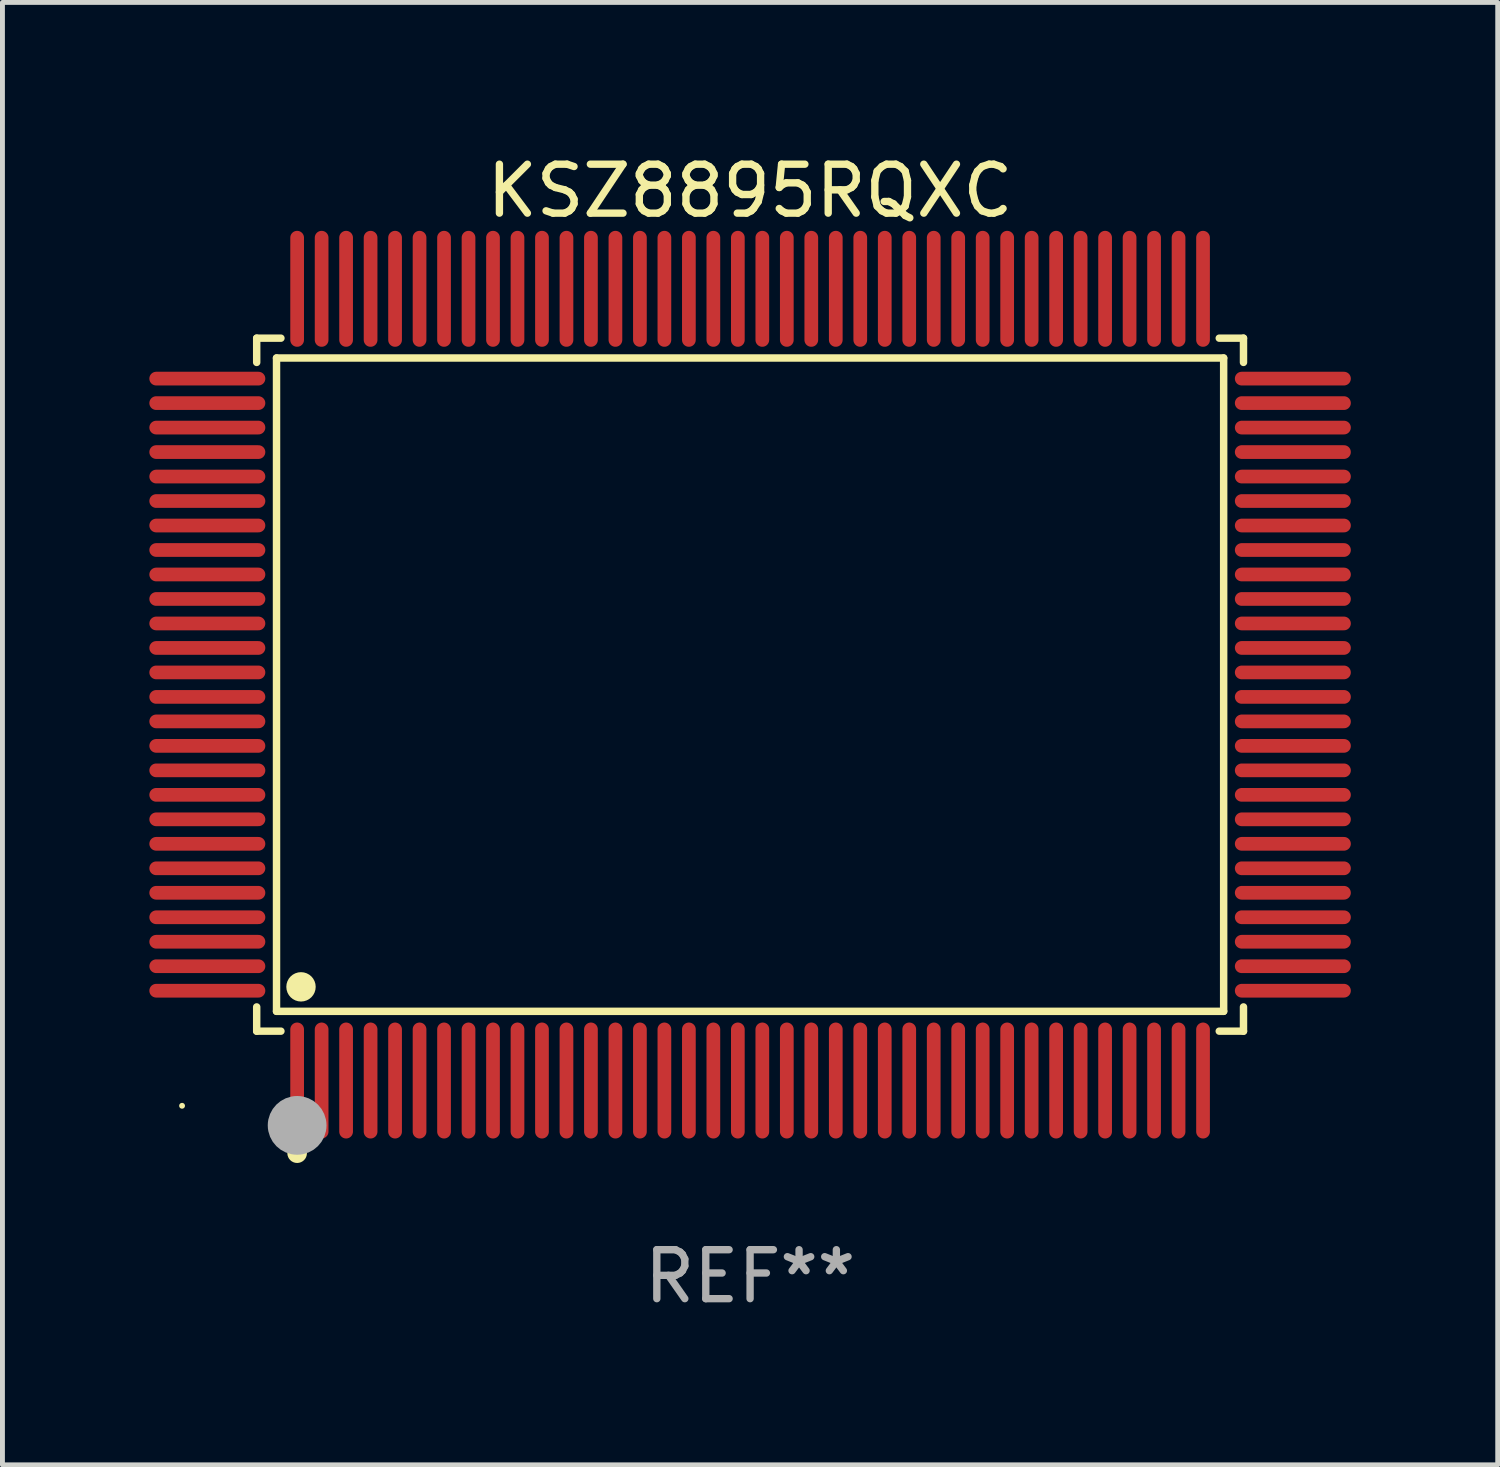
<source format=kicad_pcb>
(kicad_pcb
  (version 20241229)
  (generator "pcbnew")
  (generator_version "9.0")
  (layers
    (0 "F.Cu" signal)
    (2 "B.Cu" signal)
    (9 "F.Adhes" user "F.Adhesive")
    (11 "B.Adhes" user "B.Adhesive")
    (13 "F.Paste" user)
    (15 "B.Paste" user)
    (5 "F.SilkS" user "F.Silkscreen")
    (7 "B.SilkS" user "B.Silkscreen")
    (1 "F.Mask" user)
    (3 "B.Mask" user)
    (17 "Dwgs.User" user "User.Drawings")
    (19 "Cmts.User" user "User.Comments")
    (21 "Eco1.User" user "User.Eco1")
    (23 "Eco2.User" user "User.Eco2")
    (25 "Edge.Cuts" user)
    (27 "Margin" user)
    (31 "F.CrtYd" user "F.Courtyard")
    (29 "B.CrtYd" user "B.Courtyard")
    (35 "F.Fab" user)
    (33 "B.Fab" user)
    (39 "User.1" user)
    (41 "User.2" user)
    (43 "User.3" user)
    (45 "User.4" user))
  (footprint "KSZ8895RQXC"
    (layer "F.Cu")
    (at 12.268 10.932)
    (property "Reference" "KSZ8895RQXC" (at 0 -10.084 0) (layer "F.SilkS") (effects (font (size 1 1) (thickness 0.15))))
    (attr through_hole)
    (fp_line (start -10.076 -7.076) (end -9.581 -7.076) (stroke (width 0.152) (type solid)) (layer "F.SilkS"))
    (fp_line (start -10.076 -6.581) (end -10.076 -7.076) (stroke (width 0.152) (type solid)) (layer "F.SilkS"))
    (fp_line (start -10.076 6.581) (end -10.076 7.076) (stroke (width 0.152) (type solid)) (layer "F.SilkS"))
    (fp_line (start -10.076 7.076) (end -9.581 7.076) (stroke (width 0.152) (type solid)) (layer "F.SilkS"))
    (fp_line (start -9.671 -6.671) (end 9.671 -6.671) (stroke (width 0.152) (type solid)) (layer "F.SilkS"))
    (fp_line (start -9.671 6.671) (end -9.671 -6.671) (stroke (width 0.152) (type solid)) (layer "F.SilkS"))
    (fp_line (start 9.671 -6.671) (end 9.671 6.671) (stroke (width 0.152) (type solid)) (layer "F.SilkS"))
    (fp_line (start 9.671 6.671) (end -9.671 6.671) (stroke (width 0.152) (type solid)) (layer "F.SilkS"))
    (fp_line (start 10.076 -7.076) (end 9.581 -7.076) (stroke (width 0.152) (type solid)) (layer "F.SilkS"))
    (fp_line (start 10.076 -6.581) (end 10.076 -7.076) (stroke (width 0.152) (type solid)) (layer "F.SilkS"))
    (fp_line (start 10.076 6.581) (end 10.076 7.076) (stroke (width 0.152) (type solid)) (layer "F.SilkS"))
    (fp_line (start 10.076 7.076) (end 9.581 7.076) (stroke (width 0.152) (type solid)) (layer "F.SilkS"))
    (fp_circle (center -11.6 8.6) (end -11.57 8.6) (stroke (width 0.06) (type solid)) (fill no) (layer "F.SilkS"))
    (fp_circle (center -9.25 9.568) (end -9.15 9.568) (stroke (width 0.2) (type solid)) (fill no) (layer "F.SilkS"))
    (fp_circle (center -9.171 6.171) (end -9.021 6.171) (stroke (width 0.3) (type solid)) (fill no) (layer "F.SilkS"))
    (fp_circle (center -9.25 9) (end -8.95 9) (stroke (width 0.6) (type solid)) (fill no) (layer "F.Fab"))
    (fp_text user "REF**" (at 0 12.084 0) (layer "F.Fab") (effects (font (size 1 1) (thickness 0.15))))
    (pad "1" smd oval (at -9.25 8.084) (size 0.28 2.368) (layers "F.Cu" "F.Mask" "F.Paste"))
    (pad "2" smd oval (at -8.75 8.084) (size 0.28 2.368) (layers "F.Cu" "F.Mask" "F.Paste"))
    (pad "3" smd oval (at -8.25 8.084) (size 0.28 2.368) (layers "F.Cu" "F.Mask" "F.Paste"))
    (pad "4" smd oval (at -7.75 8.084) (size 0.28 2.368) (layers "F.Cu" "F.Mask" "F.Paste"))
    (pad "5" smd oval (at -7.25 8.084) (size 0.28 2.368) (layers "F.Cu" "F.Mask" "F.Paste"))
    (pad "6" smd oval (at -6.75 8.084) (size 0.28 2.368) (layers "F.Cu" "F.Mask" "F.Paste"))
    (pad "7" smd oval (at -6.25 8.084) (size 0.28 2.368) (layers "F.Cu" "F.Mask" "F.Paste"))
    (pad "8" smd oval (at -5.75 8.084) (size 0.28 2.368) (layers "F.Cu" "F.Mask" "F.Paste"))
    (pad "9" smd oval (at -5.25 8.084) (size 0.28 2.368) (layers "F.Cu" "F.Mask" "F.Paste"))
    (pad "10" smd oval (at -4.75 8.084) (size 0.28 2.368) (layers "F.Cu" "F.Mask" "F.Paste"))
    (pad "11" smd oval (at -4.25 8.084) (size 0.28 2.368) (layers "F.Cu" "F.Mask" "F.Paste"))
    (pad "12" smd oval (at -3.75 8.084) (size 0.28 2.368) (layers "F.Cu" "F.Mask" "F.Paste"))
    (pad "13" smd oval (at -3.25 8.084) (size 0.28 2.368) (layers "F.Cu" "F.Mask" "F.Paste"))
    (pad "14" smd oval (at -2.75 8.084) (size 0.28 2.368) (layers "F.Cu" "F.Mask" "F.Paste"))
    (pad "15" smd oval (at -2.25 8.084) (size 0.28 2.368) (layers "F.Cu" "F.Mask" "F.Paste"))
    (pad "16" smd oval (at -1.75 8.084) (size 0.28 2.368) (layers "F.Cu" "F.Mask" "F.Paste"))
    (pad "17" smd oval (at -1.25 8.084) (size 0.28 2.368) (layers "F.Cu" "F.Mask" "F.Paste"))
    (pad "18" smd oval (at -0.75 8.084) (size 0.28 2.368) (layers "F.Cu" "F.Mask" "F.Paste"))
    (pad "19" smd oval (at -0.25 8.084) (size 0.28 2.368) (layers "F.Cu" "F.Mask" "F.Paste"))
    (pad "20" smd oval (at 0.25 8.084) (size 0.28 2.368) (layers "F.Cu" "F.Mask" "F.Paste"))
    (pad "21" smd oval (at 0.75 8.084) (size 0.28 2.368) (layers "F.Cu" "F.Mask" "F.Paste"))
    (pad "22" smd oval (at 1.25 8.084) (size 0.28 2.368) (layers "F.Cu" "F.Mask" "F.Paste"))
    (pad "23" smd oval (at 1.75 8.084) (size 0.28 2.368) (layers "F.Cu" "F.Mask" "F.Paste"))
    (pad "24" smd oval (at 2.25 8.084) (size 0.28 2.368) (layers "F.Cu" "F.Mask" "F.Paste"))
    (pad "25" smd oval (at 2.75 8.084) (size 0.28 2.368) (layers "F.Cu" "F.Mask" "F.Paste"))
    (pad "26" smd oval (at 3.25 8.084) (size 0.28 2.368) (layers "F.Cu" "F.Mask" "F.Paste"))
    (pad "27" smd oval (at 3.75 8.084) (size 0.28 2.368) (layers "F.Cu" "F.Mask" "F.Paste"))
    (pad "28" smd oval (at 4.25 8.084) (size 0.28 2.368) (layers "F.Cu" "F.Mask" "F.Paste"))
    (pad "29" smd oval (at 4.75 8.084) (size 0.28 2.368) (layers "F.Cu" "F.Mask" "F.Paste"))
    (pad "30" smd oval (at 5.25 8.084) (size 0.28 2.368) (layers "F.Cu" "F.Mask" "F.Paste"))
    (pad "31" smd oval (at 5.75 8.084) (size 0.28 2.368) (layers "F.Cu" "F.Mask" "F.Paste"))
    (pad "32" smd oval (at 6.25 8.084) (size 0.28 2.368) (layers "F.Cu" "F.Mask" "F.Paste"))
    (pad "33" smd oval (at 6.75 8.084) (size 0.28 2.368) (layers "F.Cu" "F.Mask" "F.Paste"))
    (pad "34" smd oval (at 7.25 8.084) (size 0.28 2.368) (layers "F.Cu" "F.Mask" "F.Paste"))
    (pad "35" smd oval (at 7.75 8.084) (size 0.28 2.368) (layers "F.Cu" "F.Mask" "F.Paste"))
    (pad "36" smd oval (at 8.25 8.084) (size 0.28 2.368) (layers "F.Cu" "F.Mask" "F.Paste"))
    (pad "37" smd oval (at 8.75 8.084) (size 0.28 2.368) (layers "F.Cu" "F.Mask" "F.Paste"))
    (pad "38" smd oval (at 9.25 8.084) (size 0.28 2.368) (layers "F.Cu" "F.Mask" "F.Paste"))
    (pad "39" smd oval (at 11.084 6.25) (size 2.368 0.28) (layers "F.Cu" "F.Mask" "F.Paste"))
    (pad "40" smd oval (at 11.084 5.75) (size 2.368 0.28) (layers "F.Cu" "F.Mask" "F.Paste"))
    (pad "41" smd oval (at 11.084 5.25) (size 2.368 0.28) (layers "F.Cu" "F.Mask" "F.Paste"))
    (pad "42" smd oval (at 11.084 4.75) (size 2.368 0.28) (layers "F.Cu" "F.Mask" "F.Paste"))
    (pad "43" smd oval (at 11.084 4.25) (size 2.368 0.28) (layers "F.Cu" "F.Mask" "F.Paste"))
    (pad "44" smd oval (at 11.084 3.75) (size 2.368 0.28) (layers "F.Cu" "F.Mask" "F.Paste"))
    (pad "45" smd oval (at 11.084 3.25) (size 2.368 0.28) (layers "F.Cu" "F.Mask" "F.Paste"))
    (pad "46" smd oval (at 11.084 2.75) (size 2.368 0.28) (layers "F.Cu" "F.Mask" "F.Paste"))
    (pad "47" smd oval (at 11.084 2.25) (size 2.368 0.28) (layers "F.Cu" "F.Mask" "F.Paste"))
    (pad "48" smd oval (at 11.084 1.75) (size 2.368 0.28) (layers "F.Cu" "F.Mask" "F.Paste"))
    (pad "49" smd oval (at 11.084 1.25) (size 2.368 0.28) (layers "F.Cu" "F.Mask" "F.Paste"))
    (pad "50" smd oval (at 11.084 0.75) (size 2.368 0.28) (layers "F.Cu" "F.Mask" "F.Paste"))
    (pad "51" smd oval (at 11.084 0.25) (size 2.368 0.28) (layers "F.Cu" "F.Mask" "F.Paste"))
    (pad "52" smd oval (at 11.084 -0.25) (size 2.368 0.28) (layers "F.Cu" "F.Mask" "F.Paste"))
    (pad "53" smd oval (at 11.084 -0.75) (size 2.368 0.28) (layers "F.Cu" "F.Mask" "F.Paste"))
    (pad "54" smd oval (at 11.084 -1.25) (size 2.368 0.28) (layers "F.Cu" "F.Mask" "F.Paste"))
    (pad "55" smd oval (at 11.084 -1.75) (size 2.368 0.28) (layers "F.Cu" "F.Mask" "F.Paste"))
    (pad "56" smd oval (at 11.084 -2.25) (size 2.368 0.28) (layers "F.Cu" "F.Mask" "F.Paste"))
    (pad "57" smd oval (at 11.084 -2.75) (size 2.368 0.28) (layers "F.Cu" "F.Mask" "F.Paste"))
    (pad "58" smd oval (at 11.084 -3.25) (size 2.368 0.28) (layers "F.Cu" "F.Mask" "F.Paste"))
    (pad "59" smd oval (at 11.084 -3.75) (size 2.368 0.28) (layers "F.Cu" "F.Mask" "F.Paste"))
    (pad "60" smd oval (at 11.084 -4.25) (size 2.368 0.28) (layers "F.Cu" "F.Mask" "F.Paste"))
    (pad "61" smd oval (at 11.084 -4.75) (size 2.368 0.28) (layers "F.Cu" "F.Mask" "F.Paste"))
    (pad "62" smd oval (at 11.084 -5.25) (size 2.368 0.28) (layers "F.Cu" "F.Mask" "F.Paste"))
    (pad "63" smd oval (at 11.084 -5.75) (size 2.368 0.28) (layers "F.Cu" "F.Mask" "F.Paste"))
    (pad "64" smd oval (at 11.084 -6.25) (size 2.368 0.28) (layers "F.Cu" "F.Mask" "F.Paste"))
    (pad "65" smd oval (at 9.25 -8.084) (size 0.28 2.368) (layers "F.Cu" "F.Mask" "F.Paste"))
    (pad "66" smd oval (at 8.75 -8.084) (size 0.28 2.368) (layers "F.Cu" "F.Mask" "F.Paste"))
    (pad "67" smd oval (at 8.25 -8.084) (size 0.28 2.368) (layers "F.Cu" "F.Mask" "F.Paste"))
    (pad "68" smd oval (at 7.75 -8.084) (size 0.28 2.368) (layers "F.Cu" "F.Mask" "F.Paste"))
    (pad "69" smd oval (at 7.25 -8.084) (size 0.28 2.368) (layers "F.Cu" "F.Mask" "F.Paste"))
    (pad "70" smd oval (at 6.75 -8.084) (size 0.28 2.368) (layers "F.Cu" "F.Mask" "F.Paste"))
    (pad "71" smd oval (at 6.25 -8.084) (size 0.28 2.368) (layers "F.Cu" "F.Mask" "F.Paste"))
    (pad "72" smd oval (at 5.75 -8.084) (size 0.28 2.368) (layers "F.Cu" "F.Mask" "F.Paste"))
    (pad "73" smd oval (at 5.25 -8.084) (size 0.28 2.368) (layers "F.Cu" "F.Mask" "F.Paste"))
    (pad "74" smd oval (at 4.75 -8.084) (size 0.28 2.368) (layers "F.Cu" "F.Mask" "F.Paste"))
    (pad "75" smd oval (at 4.25 -8.084) (size 0.28 2.368) (layers "F.Cu" "F.Mask" "F.Paste"))
    (pad "76" smd oval (at 3.75 -8.084) (size 0.28 2.368) (layers "F.Cu" "F.Mask" "F.Paste"))
    (pad "77" smd oval (at 3.25 -8.084) (size 0.28 2.368) (layers "F.Cu" "F.Mask" "F.Paste"))
    (pad "78" smd oval (at 2.75 -8.084) (size 0.28 2.368) (layers "F.Cu" "F.Mask" "F.Paste"))
    (pad "79" smd oval (at 2.25 -8.084) (size 0.28 2.368) (layers "F.Cu" "F.Mask" "F.Paste"))
    (pad "80" smd oval (at 1.75 -8.084) (size 0.28 2.368) (layers "F.Cu" "F.Mask" "F.Paste"))
    (pad "81" smd oval (at 1.25 -8.084) (size 0.28 2.368) (layers "F.Cu" "F.Mask" "F.Paste"))
    (pad "82" smd oval (at 0.75 -8.084) (size 0.28 2.368) (layers "F.Cu" "F.Mask" "F.Paste"))
    (pad "83" smd oval (at 0.25 -8.084) (size 0.28 2.368) (layers "F.Cu" "F.Mask" "F.Paste"))
    (pad "84" smd oval (at -0.25 -8.084) (size 0.28 2.368) (layers "F.Cu" "F.Mask" "F.Paste"))
    (pad "85" smd oval (at -0.75 -8.084) (size 0.28 2.368) (layers "F.Cu" "F.Mask" "F.Paste"))
    (pad "86" smd oval (at -1.25 -8.084) (size 0.28 2.368) (layers "F.Cu" "F.Mask" "F.Paste"))
    (pad "87" smd oval (at -1.75 -8.084) (size 0.28 2.368) (layers "F.Cu" "F.Mask" "F.Paste"))
    (pad "88" smd oval (at -2.25 -8.084) (size 0.28 2.368) (layers "F.Cu" "F.Mask" "F.Paste"))
    (pad "89" smd oval (at -2.75 -8.084) (size 0.28 2.368) (layers "F.Cu" "F.Mask" "F.Paste"))
    (pad "90" smd oval (at -3.25 -8.084) (size 0.28 2.368) (layers "F.Cu" "F.Mask" "F.Paste"))
    (pad "91" smd oval (at -3.75 -8.084) (size 0.28 2.368) (layers "F.Cu" "F.Mask" "F.Paste"))
    (pad "92" smd oval (at -4.25 -8.084) (size 0.28 2.368) (layers "F.Cu" "F.Mask" "F.Paste"))
    (pad "93" smd oval (at -4.75 -8.084) (size 0.28 2.368) (layers "F.Cu" "F.Mask" "F.Paste"))
    (pad "94" smd oval (at -5.25 -8.084) (size 0.28 2.368) (layers "F.Cu" "F.Mask" "F.Paste"))
    (pad "95" smd oval (at -5.75 -8.084) (size 0.28 2.368) (layers "F.Cu" "F.Mask" "F.Paste"))
    (pad "96" smd oval (at -6.25 -8.084) (size 0.28 2.368) (layers "F.Cu" "F.Mask" "F.Paste"))
    (pad "97" smd oval (at -6.75 -8.084) (size 0.28 2.368) (layers "F.Cu" "F.Mask" "F.Paste"))
    (pad "98" smd oval (at -7.25 -8.084) (size 0.28 2.368) (layers "F.Cu" "F.Mask" "F.Paste"))
    (pad "99" smd oval (at -7.75 -8.084) (size 0.28 2.368) (layers "F.Cu" "F.Mask" "F.Paste"))
    (pad "100" smd oval (at -8.25 -8.084) (size 0.28 2.368) (layers "F.Cu" "F.Mask" "F.Paste"))
    (pad "101" smd oval (at -8.75 -8.084) (size 0.28 2.368) (layers "F.Cu" "F.Mask" "F.Paste"))
    (pad "102" smd oval (at -9.25 -8.084) (size 0.28 2.368) (layers "F.Cu" "F.Mask" "F.Paste"))
    (pad "103" smd oval (at -11.084 -6.25) (size 2.368 0.28) (layers "F.Cu" "F.Mask" "F.Paste"))
    (pad "104" smd oval (at -11.084 -5.75) (size 2.368 0.28) (layers "F.Cu" "F.Mask" "F.Paste"))
    (pad "105" smd oval (at -11.084 -5.25) (size 2.368 0.28) (layers "F.Cu" "F.Mask" "F.Paste"))
    (pad "106" smd oval (at -11.084 -4.75) (size 2.368 0.28) (layers "F.Cu" "F.Mask" "F.Paste"))
    (pad "107" smd oval (at -11.084 -4.25) (size 2.368 0.28) (layers "F.Cu" "F.Mask" "F.Paste"))
    (pad "108" smd oval (at -11.084 -3.75) (size 2.368 0.28) (layers "F.Cu" "F.Mask" "F.Paste"))
    (pad "109" smd oval (at -11.084 -3.25) (size 2.368 0.28) (layers "F.Cu" "F.Mask" "F.Paste"))
    (pad "110" smd oval (at -11.084 -2.75) (size 2.368 0.28) (layers "F.Cu" "F.Mask" "F.Paste"))
    (pad "111" smd oval (at -11.084 -2.25) (size 2.368 0.28) (layers "F.Cu" "F.Mask" "F.Paste"))
    (pad "112" smd oval (at -11.084 -1.75) (size 2.368 0.28) (layers "F.Cu" "F.Mask" "F.Paste"))
    (pad "113" smd oval (at -11.084 -1.25) (size 2.368 0.28) (layers "F.Cu" "F.Mask" "F.Paste"))
    (pad "114" smd oval (at -11.084 -0.75) (size 2.368 0.28) (layers "F.Cu" "F.Mask" "F.Paste"))
    (pad "115" smd oval (at -11.084 -0.25) (size 2.368 0.28) (layers "F.Cu" "F.Mask" "F.Paste"))
    (pad "116" smd oval (at -11.084 0.25) (size 2.368 0.28) (layers "F.Cu" "F.Mask" "F.Paste"))
    (pad "117" smd oval (at -11.084 0.75) (size 2.368 0.28) (layers "F.Cu" "F.Mask" "F.Paste"))
    (pad "118" smd oval (at -11.084 1.25) (size 2.368 0.28) (layers "F.Cu" "F.Mask" "F.Paste"))
    (pad "119" smd oval (at -11.084 1.75) (size 2.368 0.28) (layers "F.Cu" "F.Mask" "F.Paste"))
    (pad "120" smd oval (at -11.084 2.25) (size 2.368 0.28) (layers "F.Cu" "F.Mask" "F.Paste"))
    (pad "121" smd oval (at -11.084 2.75) (size 2.368 0.28) (layers "F.Cu" "F.Mask" "F.Paste"))
    (pad "122" smd oval (at -11.084 3.25) (size 2.368 0.28) (layers "F.Cu" "F.Mask" "F.Paste"))
    (pad "123" smd oval (at -11.084 3.75) (size 2.368 0.28) (layers "F.Cu" "F.Mask" "F.Paste"))
    (pad "124" smd oval (at -11.084 4.25) (size 2.368 0.28) (layers "F.Cu" "F.Mask" "F.Paste"))
    (pad "125" smd oval (at -11.084 4.75) (size 2.368 0.28) (layers "F.Cu" "F.Mask" "F.Paste"))
    (pad "126" smd oval (at -11.084 5.25) (size 2.368 0.28) (layers "F.Cu" "F.Mask" "F.Paste"))
    (pad "127" smd oval (at -11.084 5.75) (size 2.368 0.28) (layers "F.Cu" "F.Mask" "F.Paste"))
    (pad "128" smd oval (at -11.084 6.25) (size 2.368 0.28) (layers "F.Cu" "F.Mask" "F.Paste")))
  (gr_rect
    (start -3 -3)
    (end 27.536 26.865)
    (stroke (width 0.1) (type default))
    (fill no)
    (layer "Edge.Cuts")))
</source>
